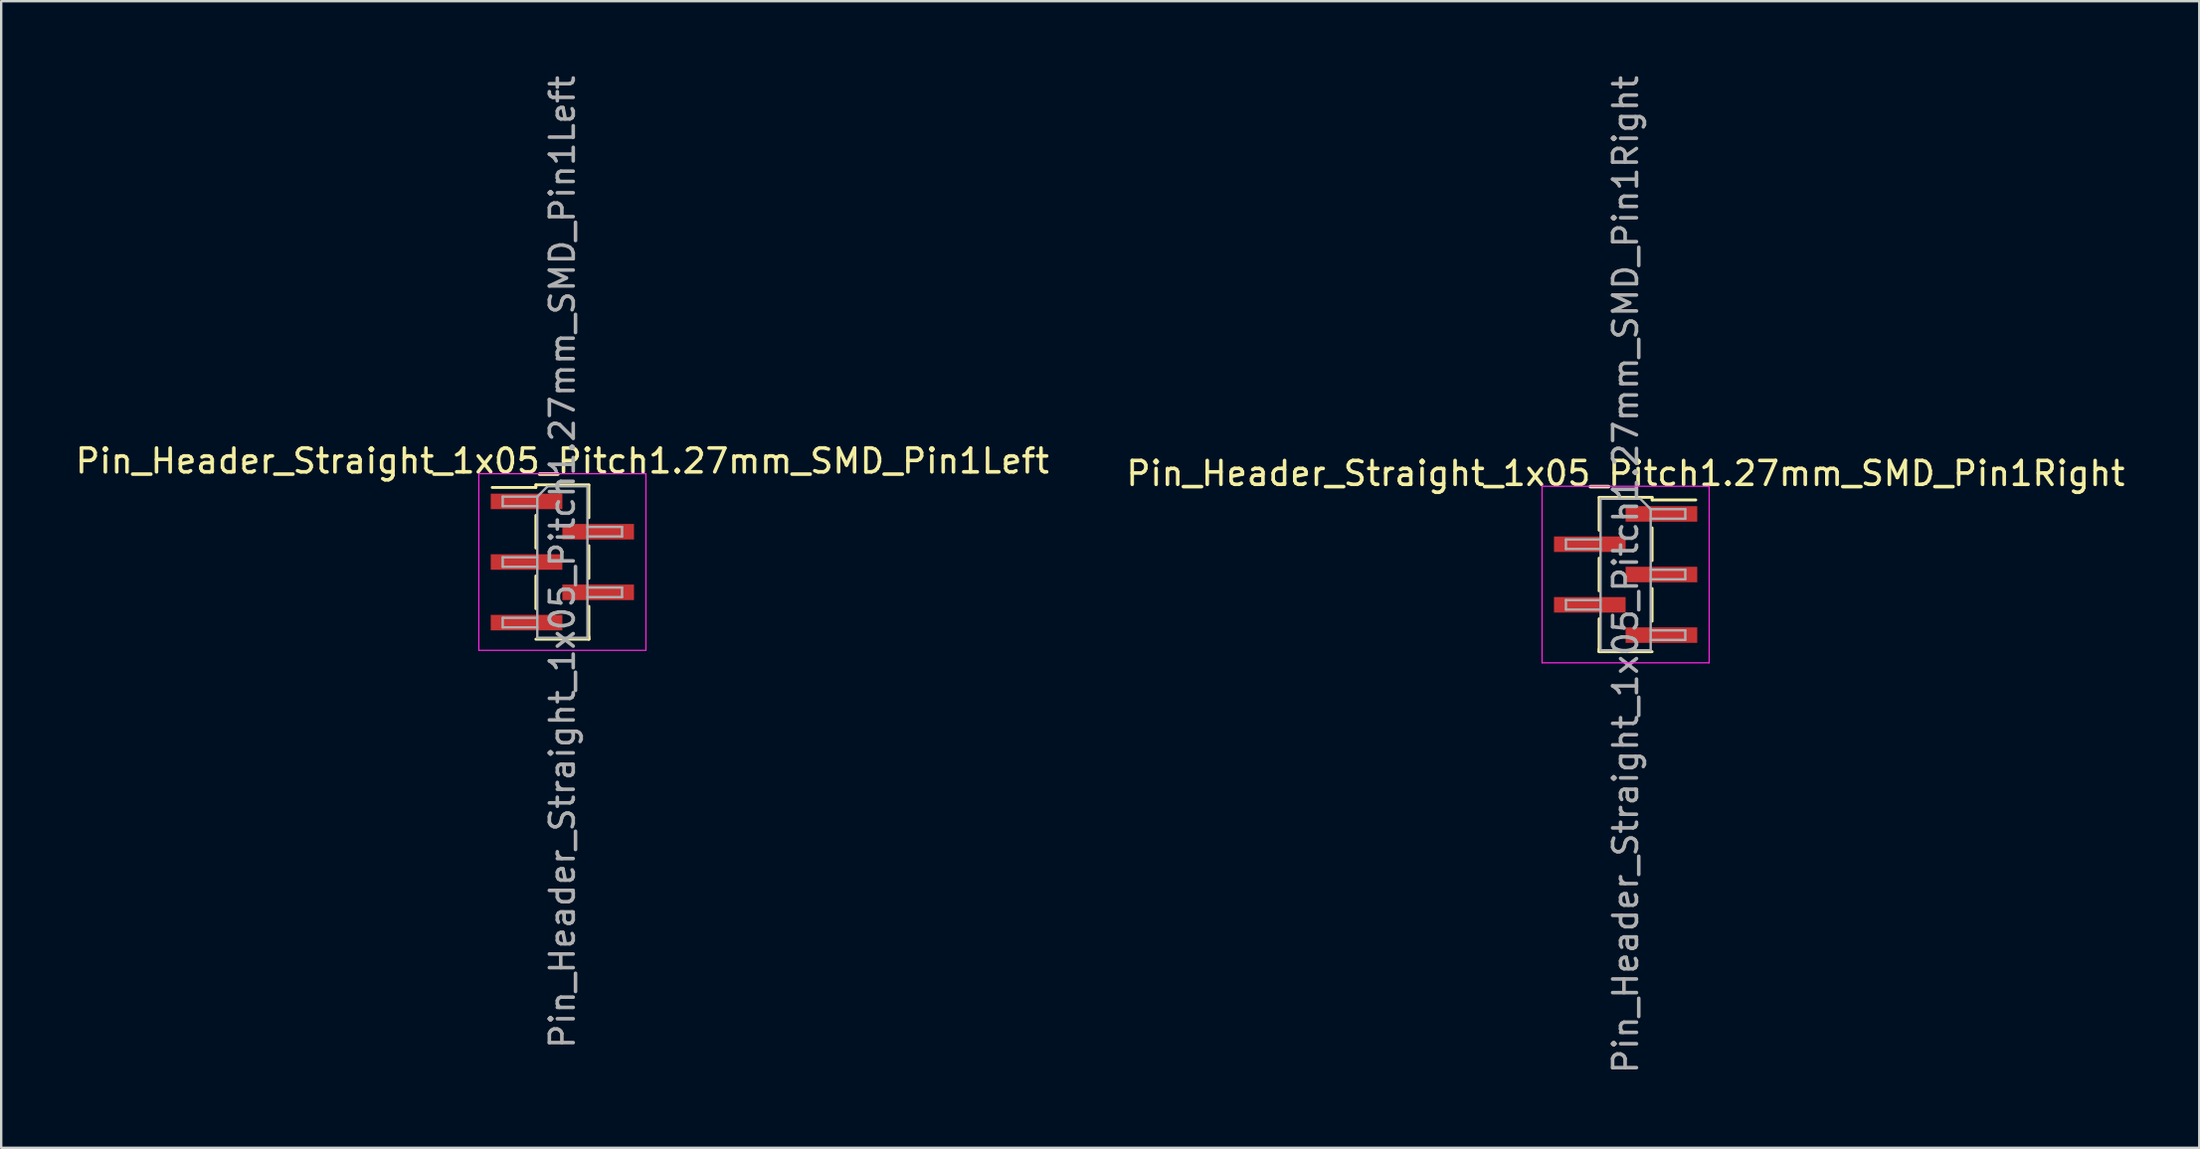
<source format=kicad_pcb>
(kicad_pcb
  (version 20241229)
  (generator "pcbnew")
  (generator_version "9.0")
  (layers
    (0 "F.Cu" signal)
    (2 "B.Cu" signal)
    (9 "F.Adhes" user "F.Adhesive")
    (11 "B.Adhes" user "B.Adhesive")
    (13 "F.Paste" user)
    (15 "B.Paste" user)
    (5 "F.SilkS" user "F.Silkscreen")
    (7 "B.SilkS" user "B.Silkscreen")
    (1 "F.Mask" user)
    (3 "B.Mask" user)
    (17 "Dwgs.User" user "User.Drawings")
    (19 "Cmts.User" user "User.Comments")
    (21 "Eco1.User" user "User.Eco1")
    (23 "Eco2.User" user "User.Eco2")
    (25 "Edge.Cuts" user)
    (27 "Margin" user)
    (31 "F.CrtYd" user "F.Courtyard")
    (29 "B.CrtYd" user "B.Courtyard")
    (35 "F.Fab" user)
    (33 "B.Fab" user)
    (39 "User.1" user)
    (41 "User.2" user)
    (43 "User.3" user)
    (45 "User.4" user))
  (footprint "Pin_Header_Straight_1x05_Pitch1.27mm_SMD_Pin1Left"
    (layer "F.Cu")
    (at 20.506 20.506)
    (property "Reference" "Pin_Header_Straight_1x05_Pitch1.27mm_SMD_Pin1Left" (at 0 -4.235 0) (layer "F.SilkS") (effects (font (size 1 1) (thickness 0.15))))
    (attr smd)
    (fp_line (start -1.11 -3.235) (end -1.11 -3.125) (stroke (width 0.12) (type solid)) (layer "F.SilkS"))
    (fp_line (start -1.11 -3.235) (end 1.11 -3.235) (stroke (width 0.12) (type solid)) (layer "F.SilkS"))
    (fp_line (start -1.11 -3.125) (end -2.94 -3.125) (stroke (width 0.12) (type solid)) (layer "F.SilkS"))
    (fp_line (start -1.11 -1.955) (end -1.11 -0.585) (stroke (width 0.12) (type solid)) (layer "F.SilkS"))
    (fp_line (start -1.11 0.585) (end -1.11 1.955) (stroke (width 0.12) (type solid)) (layer "F.SilkS"))
    (fp_line (start -1.11 3.235) (end 1.11 3.235) (stroke (width 0.12) (type solid)) (layer "F.SilkS"))
    (fp_line (start 1.11 -3.225) (end 1.11 -1.855) (stroke (width 0.12) (type solid)) (layer "F.SilkS"))
    (fp_line (start 1.11 -0.685) (end 1.11 0.685) (stroke (width 0.12) (type solid)) (layer "F.SilkS"))
    (fp_line (start 1.11 1.855) (end 1.11 3.225) (stroke (width 0.12) (type solid)) (layer "F.SilkS"))
    (fp_line (start 1.11 3.125) (end 1.11 3.235) (stroke (width 0.12) (type solid)) (layer "F.SilkS"))
    (fp_line (start -3.5 -3.7) (end -3.5 3.7) (stroke (width 0.05) (type solid)) (layer "F.CrtYd"))
    (fp_line (start -3.5 3.7) (end 3.5 3.7) (stroke (width 0.05) (type solid)) (layer "F.CrtYd"))
    (fp_line (start 3.5 -3.7) (end -3.5 -3.7) (stroke (width 0.05) (type solid)) (layer "F.CrtYd"))
    (fp_line (start 3.5 3.7) (end 3.5 -3.7) (stroke (width 0.05) (type solid)) (layer "F.CrtYd"))
    (fp_line (start -2.5 -2.74) (end -2.5 -2.34) (stroke (width 0.1) (type solid)) (layer "F.Fab"))
    (fp_line (start -2.5 -2.34) (end -1.05 -2.34) (stroke (width 0.1) (type solid)) (layer "F.Fab"))
    (fp_line (start -2.5 -0.2) (end -2.5 0.2) (stroke (width 0.1) (type solid)) (layer "F.Fab"))
    (fp_line (start -2.5 0.2) (end -1.05 0.2) (stroke (width 0.1) (type solid)) (layer "F.Fab"))
    (fp_line (start -2.5 2.34) (end -2.5 2.74) (stroke (width 0.1) (type solid)) (layer "F.Fab"))
    (fp_line (start -2.5 2.74) (end -1.05 2.74) (stroke (width 0.1) (type solid)) (layer "F.Fab"))
    (fp_line (start -1.05 -2.74) (end -2.5 -2.74) (stroke (width 0.1) (type solid)) (layer "F.Fab"))
    (fp_line (start -1.05 -2.74) (end -0.615 -3.175) (stroke (width 0.1) (type solid)) (layer "F.Fab"))
    (fp_line (start -1.05 -0.2) (end -2.5 -0.2) (stroke (width 0.1) (type solid)) (layer "F.Fab"))
    (fp_line (start -1.05 2.34) (end -2.5 2.34) (stroke (width 0.1) (type solid)) (layer "F.Fab"))
    (fp_line (start -1.05 3.175) (end -1.05 -2.74) (stroke (width 0.1) (type solid)) (layer "F.Fab"))
    (fp_line (start -0.615 -3.175) (end 1.05 -3.175) (stroke (width 0.1) (type solid)) (layer "F.Fab"))
    (fp_line (start 1.05 -3.175) (end 1.05 3.175) (stroke (width 0.1) (type solid)) (layer "F.Fab"))
    (fp_line (start 1.05 -1.47) (end 2.5 -1.47) (stroke (width 0.1) (type solid)) (layer "F.Fab"))
    (fp_line (start 1.05 1.07) (end 2.5 1.07) (stroke (width 0.1) (type solid)) (layer "F.Fab"))
    (fp_line (start 1.05 3.175) (end -1.05 3.175) (stroke (width 0.1) (type solid)) (layer "F.Fab"))
    (fp_line (start 2.5 -1.47) (end 2.5 -1.07) (stroke (width 0.1) (type solid)) (layer "F.Fab"))
    (fp_line (start 2.5 -1.07) (end 1.05 -1.07) (stroke (width 0.1) (type solid)) (layer "F.Fab"))
    (fp_line (start 2.5 1.07) (end 2.5 1.47) (stroke (width 0.1) (type solid)) (layer "F.Fab"))
    (fp_line (start 2.5 1.47) (end 1.05 1.47) (stroke (width 0.1) (type solid)) (layer "F.Fab"))
    (fp_text user "${REFERENCE}" (at 0 0 90) (layer "F.Fab") (effects (font (size 1 1) (thickness 0.15))))
    (pad "1" smd rect (at -1.5 -2.54) (size 3 0.65) (layers "F.Cu" "F.Mask" "F.Paste"))
    (pad "2" smd rect (at 1.5 -1.27) (size 3 0.65) (layers "F.Cu" "F.Mask" "F.Paste"))
    (pad "3" smd rect (at -1.5 0) (size 3 0.65) (layers "F.Cu" "F.Mask" "F.Paste"))
    (pad "4" smd rect (at 1.5 1.27) (size 3 0.65) (layers "F.Cu" "F.Mask" "F.Paste"))
    (pad "5" smd rect (at -1.5 2.54) (size 3 0.65) (layers "F.Cu" "F.Mask" "F.Paste")))
  (footprint "Pin_Header_Straight_1x05_Pitch1.27mm_SMD_Pin1Right"
    (layer "F.Cu")
    (at 65.042 21.03)
    (property "Reference" "Pin_Header_Straight_1x05_Pitch1.27mm_SMD_Pin1Right" (at 0 -4.235 0) (layer "F.SilkS") (effects (font (size 1 1) (thickness 0.15))))
    (attr smd)
    (fp_line (start -1.11 -3.235) (end 1.11 -3.235) (stroke (width 0.12) (type solid)) (layer "F.SilkS"))
    (fp_line (start -1.11 -3.225) (end -1.11 -1.855) (stroke (width 0.12) (type solid)) (layer "F.SilkS"))
    (fp_line (start -1.11 -0.685) (end -1.11 0.685) (stroke (width 0.12) (type solid)) (layer "F.SilkS"))
    (fp_line (start -1.11 1.855) (end -1.11 3.225) (stroke (width 0.12) (type solid)) (layer "F.SilkS"))
    (fp_line (start -1.11 3.125) (end -1.11 3.235) (stroke (width 0.12) (type solid)) (layer "F.SilkS"))
    (fp_line (start -1.11 3.235) (end 1.11 3.235) (stroke (width 0.12) (type solid)) (layer "F.SilkS"))
    (fp_line (start 1.11 -3.235) (end 1.11 -3.125) (stroke (width 0.12) (type solid)) (layer "F.SilkS"))
    (fp_line (start 1.11 -3.125) (end 2.94 -3.125) (stroke (width 0.12) (type solid)) (layer "F.SilkS"))
    (fp_line (start 1.11 -1.955) (end 1.11 -0.585) (stroke (width 0.12) (type solid)) (layer "F.SilkS"))
    (fp_line (start 1.11 0.585) (end 1.11 1.955) (stroke (width 0.12) (type solid)) (layer "F.SilkS"))
    (fp_line (start -3.5 -3.7) (end -3.5 3.7) (stroke (width 0.05) (type solid)) (layer "F.CrtYd"))
    (fp_line (start -3.5 3.7) (end 3.5 3.7) (stroke (width 0.05) (type solid)) (layer "F.CrtYd"))
    (fp_line (start 3.5 -3.7) (end -3.5 -3.7) (stroke (width 0.05) (type solid)) (layer "F.CrtYd"))
    (fp_line (start 3.5 3.7) (end 3.5 -3.7) (stroke (width 0.05) (type solid)) (layer "F.CrtYd"))
    (fp_line (start -2.5 -1.47) (end -2.5 -1.07) (stroke (width 0.1) (type solid)) (layer "F.Fab"))
    (fp_line (start -2.5 -1.07) (end -1.05 -1.07) (stroke (width 0.1) (type solid)) (layer "F.Fab"))
    (fp_line (start -2.5 1.07) (end -2.5 1.47) (stroke (width 0.1) (type solid)) (layer "F.Fab"))
    (fp_line (start -2.5 1.47) (end -1.05 1.47) (stroke (width 0.1) (type solid)) (layer "F.Fab"))
    (fp_line (start -1.05 -3.175) (end -1.05 3.175) (stroke (width 0.1) (type solid)) (layer "F.Fab"))
    (fp_line (start -1.05 -3.175) (end 0.615 -3.175) (stroke (width 0.1) (type solid)) (layer "F.Fab"))
    (fp_line (start -1.05 -1.47) (end -2.5 -1.47) (stroke (width 0.1) (type solid)) (layer "F.Fab"))
    (fp_line (start -1.05 1.07) (end -2.5 1.07) (stroke (width 0.1) (type solid)) (layer "F.Fab"))
    (fp_line (start 1.05 -2.74) (end 0.615 -3.175) (stroke (width 0.1) (type solid)) (layer "F.Fab"))
    (fp_line (start 1.05 -2.74) (end 2.5 -2.74) (stroke (width 0.1) (type solid)) (layer "F.Fab"))
    (fp_line (start 1.05 -0.2) (end 2.5 -0.2) (stroke (width 0.1) (type solid)) (layer "F.Fab"))
    (fp_line (start 1.05 2.34) (end 2.5 2.34) (stroke (width 0.1) (type solid)) (layer "F.Fab"))
    (fp_line (start 1.05 3.175) (end -1.05 3.175) (stroke (width 0.1) (type solid)) (layer "F.Fab"))
    (fp_line (start 1.05 3.175) (end 1.05 -2.74) (stroke (width 0.1) (type solid)) (layer "F.Fab"))
    (fp_line (start 2.5 -2.74) (end 2.5 -2.34) (stroke (width 0.1) (type solid)) (layer "F.Fab"))
    (fp_line (start 2.5 -2.34) (end 1.05 -2.34) (stroke (width 0.1) (type solid)) (layer "F.Fab"))
    (fp_line (start 2.5 -0.2) (end 2.5 0.2) (stroke (width 0.1) (type solid)) (layer "F.Fab"))
    (fp_line (start 2.5 0.2) (end 1.05 0.2) (stroke (width 0.1) (type solid)) (layer "F.Fab"))
    (fp_line (start 2.5 2.34) (end 2.5 2.74) (stroke (width 0.1) (type solid)) (layer "F.Fab"))
    (fp_line (start 2.5 2.74) (end 1.05 2.74) (stroke (width 0.1) (type solid)) (layer "F.Fab"))
    (fp_text user "${REFERENCE}" (at 0 0 90) (layer "F.Fab") (effects (font (size 1 1) (thickness 0.15))))
    (pad "1" smd rect (at 1.5 -2.54) (size 3 0.65) (layers "F.Cu" "F.Mask" "F.Paste"))
    (pad "2" smd rect (at -1.5 -1.27) (size 3 0.65) (layers "F.Cu" "F.Mask" "F.Paste"))
    (pad "3" smd rect (at 1.5 0) (size 3 0.65) (layers "F.Cu" "F.Mask" "F.Paste"))
    (pad "4" smd rect (at -1.5 1.27) (size 3 0.65) (layers "F.Cu" "F.Mask" "F.Paste"))
    (pad "5" smd rect (at 1.5 2.54) (size 3 0.65) (layers "F.Cu" "F.Mask" "F.Paste")))
  (gr_rect
    (start -3 -3)
    (end 89.071 45.06)
    (stroke (width 0.1) (type default))
    (fill no)
    (layer "Edge.Cuts")))
</source>
